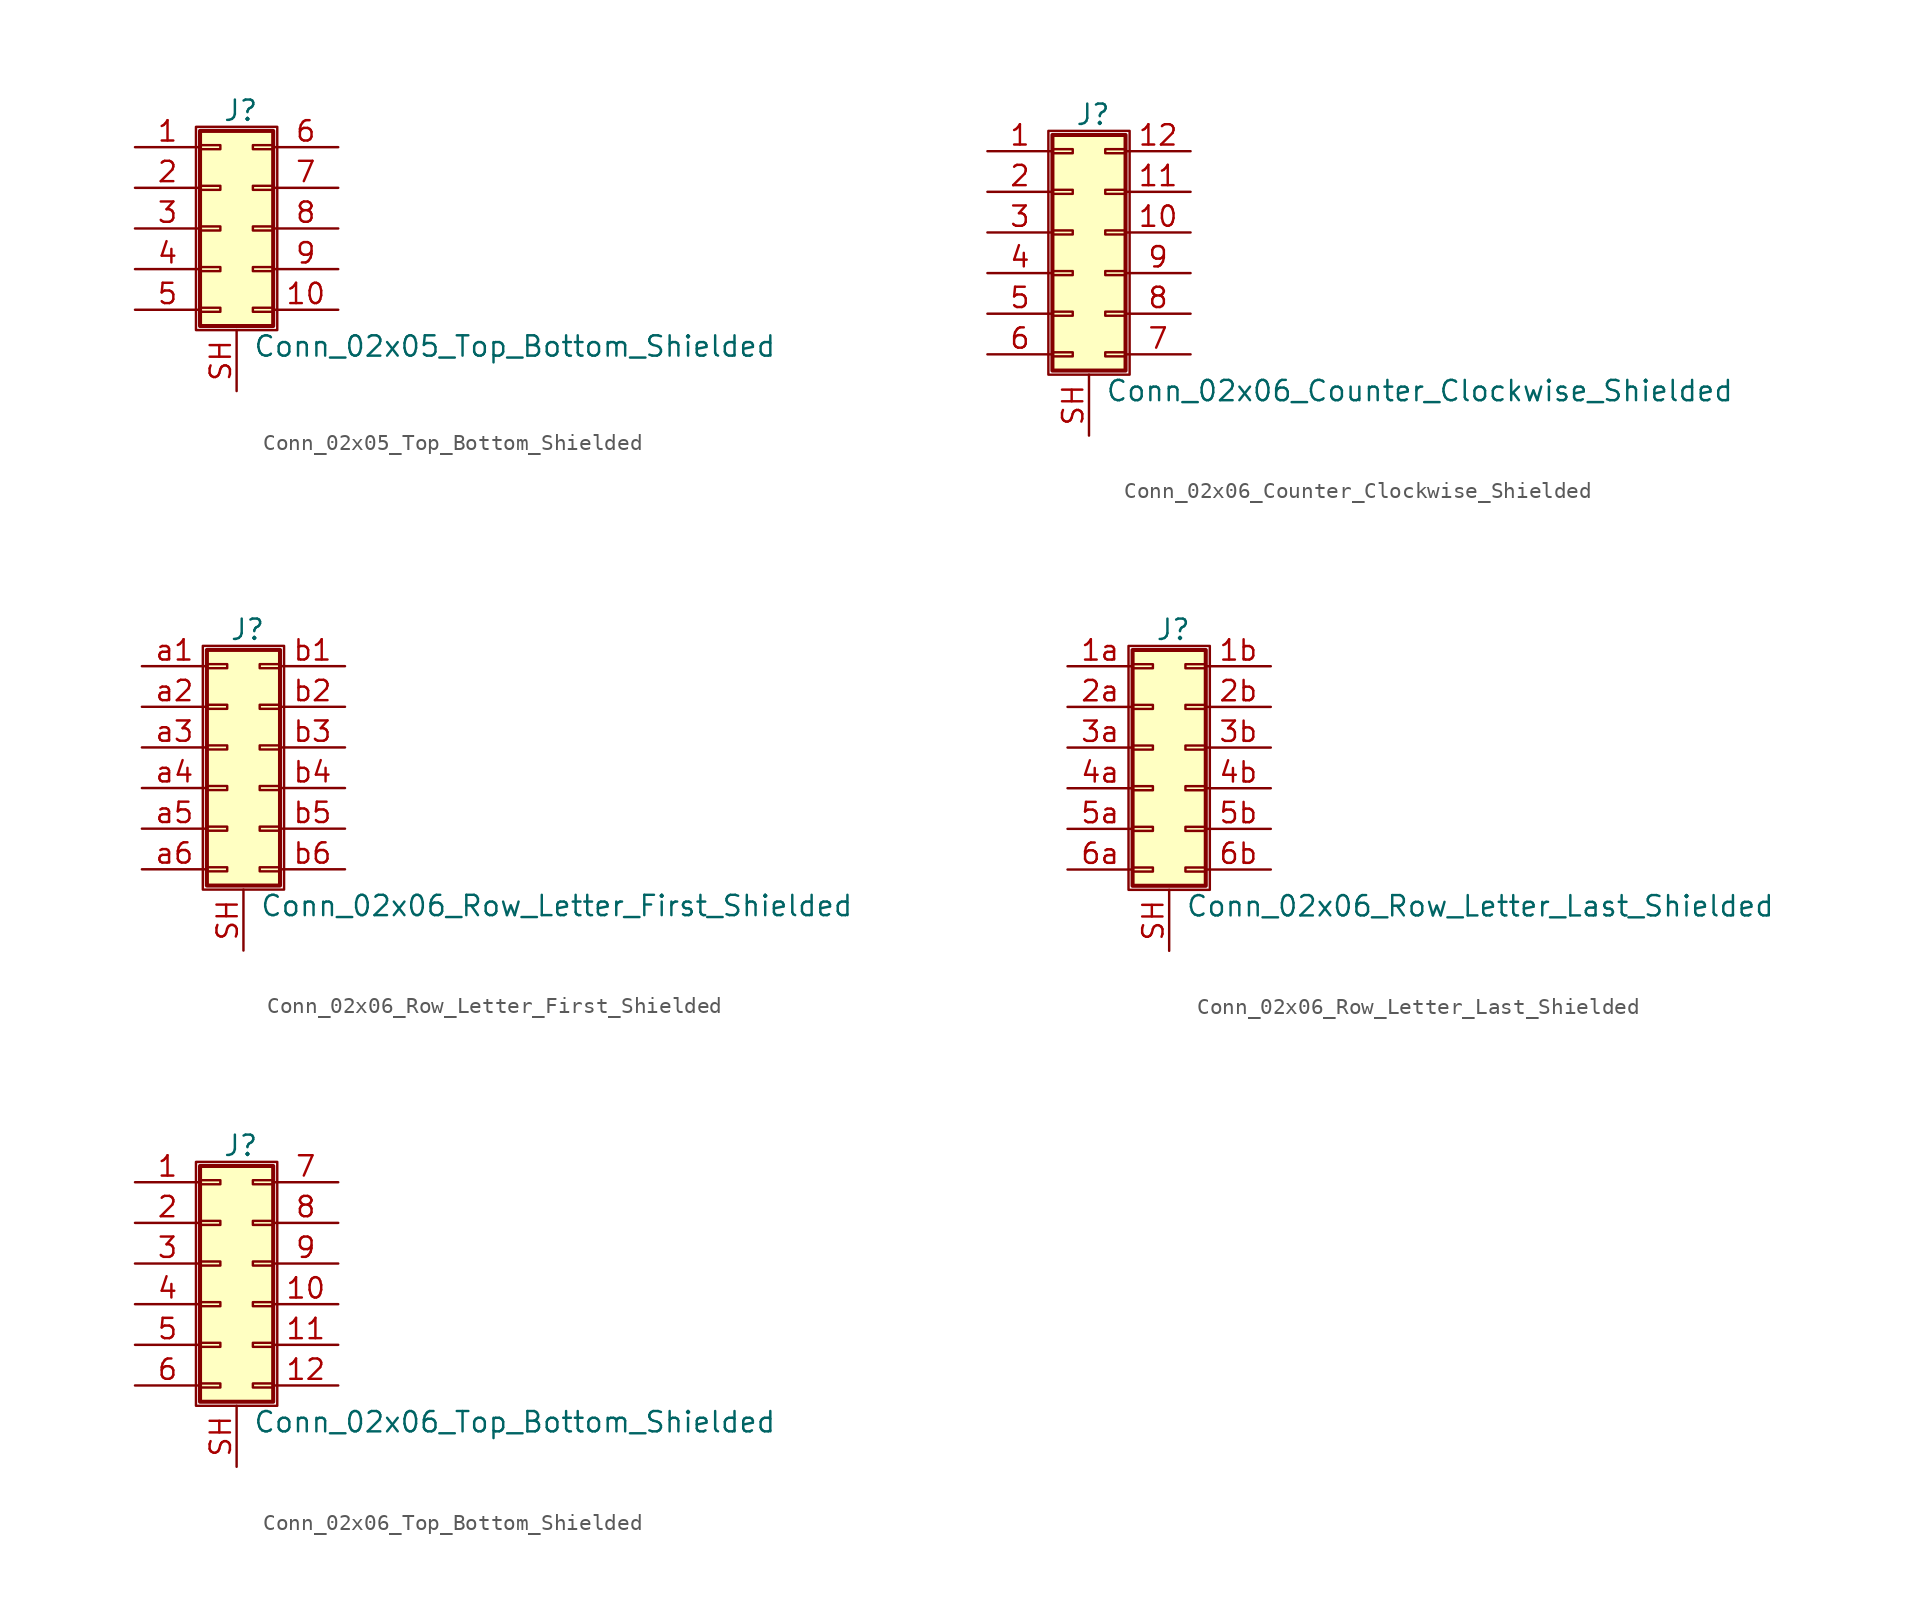
<source format=kicad_sym>
(kicad_symbol_lib
  (version 20201005)
  (generator kicad_symbol_editor)
  (symbol "Connector_Generic_Shielded:Conn_02x05_Top_Bottom_Shielded"
    (pin_names
      (offset 1.016) hide)
    (property "Reference" "J"
      (at 1.524 7.366 0)
      (effects (font (size 1.27 1.27))))
    (property "Value" "Conn_02x05_Top_Bottom_Shielded"
      (at 2.286 -7.366 0)
      (effects (font (size 1.27 1.27)) (justify left)))
    (symbol "Conn_02x05_Top_Bottom_Shielded_1_1"
      (rectangle (start -1.016 -4.953) (end 0.254 -5.207) (stroke (width 0.152)) (fill (type none)))
      (rectangle (start -1.016 -2.413) (end 0.254 -2.667) (stroke (width 0.152)) (fill (type none)))
      (rectangle (start -1.016 2.667) (end 0.254 2.413) (stroke (width 0.152)) (fill (type none)))
      (rectangle (start -1.016 5.207) (end 0.254 4.953) (stroke (width 0.152)) (fill (type none)))
      (rectangle (start -1.016 6.096) (end 3.556 -6.096) (stroke (width 0.254)) (fill (type background)))
      (rectangle (start -1.016 0.127) (end 0.254 -0.127) (stroke (width 0.152)) (fill (type none)))
      (rectangle (start -1.27 6.35) (end 3.81 -6.35) (stroke (width 0.152)) (fill (type none)))
      (rectangle (start 3.556 -4.953) (end 2.286 -5.207) (stroke (width 0.152)) (fill (type none)))
      (rectangle (start 3.556 -2.413) (end 2.286 -2.667) (stroke (width 0.152)) (fill (type none)))
      (rectangle (start 3.556 2.667) (end 2.286 2.413) (stroke (width 0.152)) (fill (type none)))
      (rectangle (start 3.556 5.207) (end 2.286 4.953) (stroke (width 0.152)) (fill (type none)))
      (rectangle (start 3.556 0.127) (end 2.286 -0.127) (stroke (width 0.152)) (fill (type none)))
      (pin passive line (at -5.08 5.08 0) (length 4.064) (name "Pin_1" (effects (font (size 1.27 1.27)))) (number "1" (effects (font (size 1.27 1.27)))))
      (pin passive line (at 7.62 -5.08 180) (length 4.064) (name "Pin_10" (effects (font (size 1.27 1.27)))) (number "10" (effects (font (size 1.27 1.27)))))
      (pin passive line (at -5.08 2.54 0) (length 4.064) (name "Pin_2" (effects (font (size 1.27 1.27)))) (number "2" (effects (font (size 1.27 1.27)))))
      (pin passive line (at -5.08 0 0) (length 4.064) (name "Pin_3" (effects (font (size 1.27 1.27)))) (number "3" (effects (font (size 1.27 1.27)))))
      (pin passive line (at -5.08 -2.54 0) (length 4.064) (name "Pin_4" (effects (font (size 1.27 1.27)))) (number "4" (effects (font (size 1.27 1.27)))))
      (pin passive line (at -5.08 -5.08 0) (length 4.064) (name "Pin_5" (effects (font (size 1.27 1.27)))) (number "5" (effects (font (size 1.27 1.27)))))
      (pin passive line (at 7.62 5.08 180) (length 4.064) (name "Pin_6" (effects (font (size 1.27 1.27)))) (number "6" (effects (font (size 1.27 1.27)))))
      (pin passive line (at 7.62 2.54 180) (length 4.064) (name "Pin_7" (effects (font (size 1.27 1.27)))) (number "7" (effects (font (size 1.27 1.27)))))
      (pin passive line (at 7.62 0 180) (length 4.064) (name "Pin_8" (effects (font (size 1.27 1.27)))) (number "8" (effects (font (size 1.27 1.27)))))
      (pin passive line (at 7.62 -2.54 180) (length 4.064) (name "Pin_9" (effects (font (size 1.27 1.27)))) (number "9" (effects (font (size 1.27 1.27)))))
      (pin passive line (at 1.27 -10.16 90) (length 3.81) (name "Shield" (effects (font (size 1.27 1.27)))) (number "SH" (effects (font (size 1.27 1.27)))))))
  (symbol "Connector_Generic_Shielded:Conn_02x06_Counter_Clockwise_Shielded"
    (pin_names
      (offset 1.016) hide)
    (property "Reference" "J"
      (at 1.524 7.366 0)
      (effects (font (size 1.27 1.27))))
    (property "Value" "Conn_02x06_Counter_Clockwise_Shielded"
      (at 2.286 -9.906 0)
      (effects (font (size 1.27 1.27)) (justify left)))
    (symbol "Conn_02x06_Counter_Clockwise_Shielded_1_1"
      (rectangle (start -1.016 -4.953) (end 0.254 -5.207) (stroke (width 0.152)) (fill (type none)))
      (rectangle (start -1.016 -7.493) (end 0.254 -7.747) (stroke (width 0.152)) (fill (type none)))
      (rectangle (start -1.016 -2.413) (end 0.254 -2.667) (stroke (width 0.152)) (fill (type none)))
      (rectangle (start -1.016 2.667) (end 0.254 2.413) (stroke (width 0.152)) (fill (type none)))
      (rectangle (start -1.016 5.207) (end 0.254 4.953) (stroke (width 0.152)) (fill (type none)))
      (rectangle (start -1.016 6.096) (end 3.556 -8.636) (stroke (width 0.254)) (fill (type background)))
      (rectangle (start -1.016 0.127) (end 0.254 -0.127) (stroke (width 0.152)) (fill (type none)))
      (rectangle (start -1.27 6.35) (end 3.81 -8.89) (stroke (width 0.152)) (fill (type none)))
      (rectangle (start 3.556 -4.953) (end 2.286 -5.207) (stroke (width 0.152)) (fill (type none)))
      (rectangle (start 3.556 -7.493) (end 2.286 -7.747) (stroke (width 0.152)) (fill (type none)))
      (rectangle (start 3.556 -2.413) (end 2.286 -2.667) (stroke (width 0.152)) (fill (type none)))
      (rectangle (start 3.556 2.667) (end 2.286 2.413) (stroke (width 0.152)) (fill (type none)))
      (rectangle (start 3.556 5.207) (end 2.286 4.953) (stroke (width 0.152)) (fill (type none)))
      (rectangle (start 3.556 0.127) (end 2.286 -0.127) (stroke (width 0.152)) (fill (type none)))
      (pin passive line (at -5.08 5.08 0) (length 4.064) (name "Pin_1" (effects (font (size 1.27 1.27)))) (number "1" (effects (font (size 1.27 1.27)))))
      (pin passive line (at 7.62 0 180) (length 4.064) (name "Pin_10" (effects (font (size 1.27 1.27)))) (number "10" (effects (font (size 1.27 1.27)))))
      (pin passive line (at 7.62 2.54 180) (length 4.064) (name "Pin_11" (effects (font (size 1.27 1.27)))) (number "11" (effects (font (size 1.27 1.27)))))
      (pin passive line (at 7.62 5.08 180) (length 4.064) (name "Pin_12" (effects (font (size 1.27 1.27)))) (number "12" (effects (font (size 1.27 1.27)))))
      (pin passive line (at -5.08 2.54 0) (length 4.064) (name "Pin_2" (effects (font (size 1.27 1.27)))) (number "2" (effects (font (size 1.27 1.27)))))
      (pin passive line (at -5.08 0 0) (length 4.064) (name "Pin_3" (effects (font (size 1.27 1.27)))) (number "3" (effects (font (size 1.27 1.27)))))
      (pin passive line (at -5.08 -2.54 0) (length 4.064) (name "Pin_4" (effects (font (size 1.27 1.27)))) (number "4" (effects (font (size 1.27 1.27)))))
      (pin passive line (at -5.08 -5.08 0) (length 4.064) (name "Pin_5" (effects (font (size 1.27 1.27)))) (number "5" (effects (font (size 1.27 1.27)))))
      (pin passive line (at -5.08 -7.62 0) (length 4.064) (name "Pin_6" (effects (font (size 1.27 1.27)))) (number "6" (effects (font (size 1.27 1.27)))))
      (pin passive line (at 7.62 -7.62 180) (length 4.064) (name "Pin_7" (effects (font (size 1.27 1.27)))) (number "7" (effects (font (size 1.27 1.27)))))
      (pin passive line (at 7.62 -5.08 180) (length 4.064) (name "Pin_8" (effects (font (size 1.27 1.27)))) (number "8" (effects (font (size 1.27 1.27)))))
      (pin passive line (at 7.62 -2.54 180) (length 4.064) (name "Pin_9" (effects (font (size 1.27 1.27)))) (number "9" (effects (font (size 1.27 1.27)))))
      (pin passive line (at 1.27 -12.7 90) (length 3.81) (name "Shield" (effects (font (size 1.27 1.27)))) (number "SH" (effects (font (size 1.27 1.27)))))))
  (symbol "Connector_Generic_Shielded:Conn_02x06_Row_Letter_First_Shielded"
    (pin_names
      (offset 1.016) hide)
    (property "Reference" "J"
      (at 1.524 7.366 0)
      (effects (font (size 1.27 1.27))))
    (property "Value" "Conn_02x06_Row_Letter_First_Shielded"
      (at 2.286 -9.906 0)
      (effects (font (size 1.27 1.27)) (justify left)))
    (symbol "Conn_02x06_Row_Letter_First_Shielded_1_1"
      (rectangle (start -1.016 -4.953) (end 0.254 -5.207) (stroke (width 0.152)) (fill (type none)))
      (rectangle (start -1.016 -7.493) (end 0.254 -7.747) (stroke (width 0.152)) (fill (type none)))
      (rectangle (start -1.016 -2.413) (end 0.254 -2.667) (stroke (width 0.152)) (fill (type none)))
      (rectangle (start -1.016 2.667) (end 0.254 2.413) (stroke (width 0.152)) (fill (type none)))
      (rectangle (start -1.016 5.207) (end 0.254 4.953) (stroke (width 0.152)) (fill (type none)))
      (rectangle (start -1.016 6.096) (end 3.556 -8.636) (stroke (width 0.254)) (fill (type background)))
      (rectangle (start -1.016 0.127) (end 0.254 -0.127) (stroke (width 0.152)) (fill (type none)))
      (rectangle (start -1.27 6.35) (end 3.81 -8.89) (stroke (width 0.152)) (fill (type none)))
      (rectangle (start 3.556 -4.953) (end 2.286 -5.207) (stroke (width 0.152)) (fill (type none)))
      (rectangle (start 3.556 -7.493) (end 2.286 -7.747) (stroke (width 0.152)) (fill (type none)))
      (rectangle (start 3.556 -2.413) (end 2.286 -2.667) (stroke (width 0.152)) (fill (type none)))
      (rectangle (start 3.556 2.667) (end 2.286 2.413) (stroke (width 0.152)) (fill (type none)))
      (rectangle (start 3.556 5.207) (end 2.286 4.953) (stroke (width 0.152)) (fill (type none)))
      (rectangle (start 3.556 0.127) (end 2.286 -0.127) (stroke (width 0.152)) (fill (type none)))
      (pin passive line (at -5.08 5.08 0) (length 4.064) (name "Pin_a1" (effects (font (size 1.27 1.27)))) (number "a1" (effects (font (size 1.27 1.27)))))
      (pin passive line (at -5.08 2.54 0) (length 4.064) (name "Pin_a2" (effects (font (size 1.27 1.27)))) (number "a2" (effects (font (size 1.27 1.27)))))
      (pin passive line (at -5.08 0 0) (length 4.064) (name "Pin_a3" (effects (font (size 1.27 1.27)))) (number "a3" (effects (font (size 1.27 1.27)))))
      (pin passive line (at -5.08 -2.54 0) (length 4.064) (name "Pin_a4" (effects (font (size 1.27 1.27)))) (number "a4" (effects (font (size 1.27 1.27)))))
      (pin passive line (at -5.08 -5.08 0) (length 4.064) (name "Pin_a5" (effects (font (size 1.27 1.27)))) (number "a5" (effects (font (size 1.27 1.27)))))
      (pin passive line (at -5.08 -7.62 0) (length 4.064) (name "Pin_a6" (effects (font (size 1.27 1.27)))) (number "a6" (effects (font (size 1.27 1.27)))))
      (pin passive line (at 7.62 5.08 180) (length 4.064) (name "Pin_b1" (effects (font (size 1.27 1.27)))) (number "b1" (effects (font (size 1.27 1.27)))))
      (pin passive line (at 7.62 2.54 180) (length 4.064) (name "Pin_b2" (effects (font (size 1.27 1.27)))) (number "b2" (effects (font (size 1.27 1.27)))))
      (pin passive line (at 7.62 0 180) (length 4.064) (name "Pin_b3" (effects (font (size 1.27 1.27)))) (number "b3" (effects (font (size 1.27 1.27)))))
      (pin passive line (at 7.62 -2.54 180) (length 4.064) (name "Pin_b4" (effects (font (size 1.27 1.27)))) (number "b4" (effects (font (size 1.27 1.27)))))
      (pin passive line (at 7.62 -5.08 180) (length 4.064) (name "Pin_b5" (effects (font (size 1.27 1.27)))) (number "b5" (effects (font (size 1.27 1.27)))))
      (pin passive line (at 7.62 -7.62 180) (length 4.064) (name "Pin_b6" (effects (font (size 1.27 1.27)))) (number "b6" (effects (font (size 1.27 1.27)))))
      (pin passive line (at 1.27 -12.7 90) (length 3.81) (name "Shield" (effects (font (size 1.27 1.27)))) (number "SH" (effects (font (size 1.27 1.27)))))))
  (symbol "Connector_Generic_Shielded:Conn_02x06_Row_Letter_Last_Shielded"
    (pin_names
      (offset 1.016) hide)
    (property "Reference" "J"
      (at 1.524 7.366 0)
      (effects (font (size 1.27 1.27))))
    (property "Value" "Conn_02x06_Row_Letter_Last_Shielded"
      (at 2.286 -9.906 0)
      (effects (font (size 1.27 1.27)) (justify left)))
    (symbol "Conn_02x06_Row_Letter_Last_Shielded_1_1"
      (rectangle (start -1.016 -4.953) (end 0.254 -5.207) (stroke (width 0.152)) (fill (type none)))
      (rectangle (start -1.016 -7.493) (end 0.254 -7.747) (stroke (width 0.152)) (fill (type none)))
      (rectangle (start -1.016 -2.413) (end 0.254 -2.667) (stroke (width 0.152)) (fill (type none)))
      (rectangle (start -1.016 2.667) (end 0.254 2.413) (stroke (width 0.152)) (fill (type none)))
      (rectangle (start -1.016 5.207) (end 0.254 4.953) (stroke (width 0.152)) (fill (type none)))
      (rectangle (start -1.016 6.096) (end 3.556 -8.636) (stroke (width 0.254)) (fill (type background)))
      (rectangle (start -1.016 0.127) (end 0.254 -0.127) (stroke (width 0.152)) (fill (type none)))
      (rectangle (start -1.27 6.35) (end 3.81 -8.89) (stroke (width 0.152)) (fill (type none)))
      (rectangle (start 3.556 -4.953) (end 2.286 -5.207) (stroke (width 0.152)) (fill (type none)))
      (rectangle (start 3.556 -7.493) (end 2.286 -7.747) (stroke (width 0.152)) (fill (type none)))
      (rectangle (start 3.556 -2.413) (end 2.286 -2.667) (stroke (width 0.152)) (fill (type none)))
      (rectangle (start 3.556 2.667) (end 2.286 2.413) (stroke (width 0.152)) (fill (type none)))
      (rectangle (start 3.556 5.207) (end 2.286 4.953) (stroke (width 0.152)) (fill (type none)))
      (rectangle (start 3.556 0.127) (end 2.286 -0.127) (stroke (width 0.152)) (fill (type none)))
      (pin passive line (at -5.08 5.08 0) (length 4.064) (name "Pin_1a" (effects (font (size 1.27 1.27)))) (number "1a" (effects (font (size 1.27 1.27)))))
      (pin passive line (at 7.62 5.08 180) (length 4.064) (name "Pin_1b" (effects (font (size 1.27 1.27)))) (number "1b" (effects (font (size 1.27 1.27)))))
      (pin passive line (at -5.08 2.54 0) (length 4.064) (name "Pin_2a" (effects (font (size 1.27 1.27)))) (number "2a" (effects (font (size 1.27 1.27)))))
      (pin passive line (at 7.62 2.54 180) (length 4.064) (name "Pin_2b" (effects (font (size 1.27 1.27)))) (number "2b" (effects (font (size 1.27 1.27)))))
      (pin passive line (at -5.08 0 0) (length 4.064) (name "Pin_3a" (effects (font (size 1.27 1.27)))) (number "3a" (effects (font (size 1.27 1.27)))))
      (pin passive line (at 7.62 0 180) (length 4.064) (name "Pin_3b" (effects (font (size 1.27 1.27)))) (number "3b" (effects (font (size 1.27 1.27)))))
      (pin passive line (at -5.08 -2.54 0) (length 4.064) (name "Pin_4a" (effects (font (size 1.27 1.27)))) (number "4a" (effects (font (size 1.27 1.27)))))
      (pin passive line (at 7.62 -2.54 180) (length 4.064) (name "Pin_4b" (effects (font (size 1.27 1.27)))) (number "4b" (effects (font (size 1.27 1.27)))))
      (pin passive line (at -5.08 -5.08 0) (length 4.064) (name "Pin_5a" (effects (font (size 1.27 1.27)))) (number "5a" (effects (font (size 1.27 1.27)))))
      (pin passive line (at 7.62 -5.08 180) (length 4.064) (name "Pin_5b" (effects (font (size 1.27 1.27)))) (number "5b" (effects (font (size 1.27 1.27)))))
      (pin passive line (at -5.08 -7.62 0) (length 4.064) (name "Pin_6a" (effects (font (size 1.27 1.27)))) (number "6a" (effects (font (size 1.27 1.27)))))
      (pin passive line (at 7.62 -7.62 180) (length 4.064) (name "Pin_6b" (effects (font (size 1.27 1.27)))) (number "6b" (effects (font (size 1.27 1.27)))))
      (pin passive line (at 1.27 -12.7 90) (length 3.81) (name "Shield" (effects (font (size 1.27 1.27)))) (number "SH" (effects (font (size 1.27 1.27)))))))
  (symbol "Connector_Generic_Shielded:Conn_02x06_Top_Bottom_Shielded"
    (pin_names
      (offset 1.016) hide)
    (property "Reference" "J"
      (at 1.524 7.366 0)
      (effects (font (size 1.27 1.27))))
    (property "Value" "Conn_02x06_Top_Bottom_Shielded"
      (at 2.286 -9.906 0)
      (effects (font (size 1.27 1.27)) (justify left)))
    (symbol "Conn_02x06_Top_Bottom_Shielded_1_1"
      (rectangle (start -1.016 -4.953) (end 0.254 -5.207) (stroke (width 0.152)) (fill (type none)))
      (rectangle (start -1.016 -7.493) (end 0.254 -7.747) (stroke (width 0.152)) (fill (type none)))
      (rectangle (start -1.016 -2.413) (end 0.254 -2.667) (stroke (width 0.152)) (fill (type none)))
      (rectangle (start -1.016 2.667) (end 0.254 2.413) (stroke (width 0.152)) (fill (type none)))
      (rectangle (start -1.016 5.207) (end 0.254 4.953) (stroke (width 0.152)) (fill (type none)))
      (rectangle (start -1.016 6.096) (end 3.556 -8.636) (stroke (width 0.254)) (fill (type background)))
      (rectangle (start -1.016 0.127) (end 0.254 -0.127) (stroke (width 0.152)) (fill (type none)))
      (rectangle (start -1.27 6.35) (end 3.81 -8.89) (stroke (width 0.152)) (fill (type none)))
      (rectangle (start 3.556 -4.953) (end 2.286 -5.207) (stroke (width 0.152)) (fill (type none)))
      (rectangle (start 3.556 -7.493) (end 2.286 -7.747) (stroke (width 0.152)) (fill (type none)))
      (rectangle (start 3.556 -2.413) (end 2.286 -2.667) (stroke (width 0.152)) (fill (type none)))
      (rectangle (start 3.556 2.667) (end 2.286 2.413) (stroke (width 0.152)) (fill (type none)))
      (rectangle (start 3.556 5.207) (end 2.286 4.953) (stroke (width 0.152)) (fill (type none)))
      (rectangle (start 3.556 0.127) (end 2.286 -0.127) (stroke (width 0.152)) (fill (type none)))
      (pin passive line (at -5.08 5.08 0) (length 4.064) (name "Pin_1" (effects (font (size 1.27 1.27)))) (number "1" (effects (font (size 1.27 1.27)))))
      (pin passive line (at 7.62 -2.54 180) (length 4.064) (name "Pin_10" (effects (font (size 1.27 1.27)))) (number "10" (effects (font (size 1.27 1.27)))))
      (pin passive line (at 7.62 -5.08 180) (length 4.064) (name "Pin_11" (effects (font (size 1.27 1.27)))) (number "11" (effects (font (size 1.27 1.27)))))
      (pin passive line (at 7.62 -7.62 180) (length 4.064) (name "Pin_12" (effects (font (size 1.27 1.27)))) (number "12" (effects (font (size 1.27 1.27)))))
      (pin passive line (at -5.08 2.54 0) (length 4.064) (name "Pin_2" (effects (font (size 1.27 1.27)))) (number "2" (effects (font (size 1.27 1.27)))))
      (pin passive line (at -5.08 0 0) (length 4.064) (name "Pin_3" (effects (font (size 1.27 1.27)))) (number "3" (effects (font (size 1.27 1.27)))))
      (pin passive line (at -5.08 -2.54 0) (length 4.064) (name "Pin_4" (effects (font (size 1.27 1.27)))) (number "4" (effects (font (size 1.27 1.27)))))
      (pin passive line (at -5.08 -5.08 0) (length 4.064) (name "Pin_5" (effects (font (size 1.27 1.27)))) (number "5" (effects (font (size 1.27 1.27)))))
      (pin passive line (at -5.08 -7.62 0) (length 4.064) (name "Pin_6" (effects (font (size 1.27 1.27)))) (number "6" (effects (font (size 1.27 1.27)))))
      (pin passive line (at 7.62 5.08 180) (length 4.064) (name "Pin_7" (effects (font (size 1.27 1.27)))) (number "7" (effects (font (size 1.27 1.27)))))
      (pin passive line (at 7.62 2.54 180) (length 4.064) (name "Pin_8" (effects (font (size 1.27 1.27)))) (number "8" (effects (font (size 1.27 1.27)))))
      (pin passive line (at 7.62 0 180) (length 4.064) (name "Pin_9" (effects (font (size 1.27 1.27)))) (number "9" (effects (font (size 1.27 1.27)))))
      (pin passive line (at 1.27 -12.7 90) (length 3.81) (name "Shield" (effects (font (size 1.27 1.27)))) (number "SH" (effects (font (size 1.27 1.27))))))))
</source>
